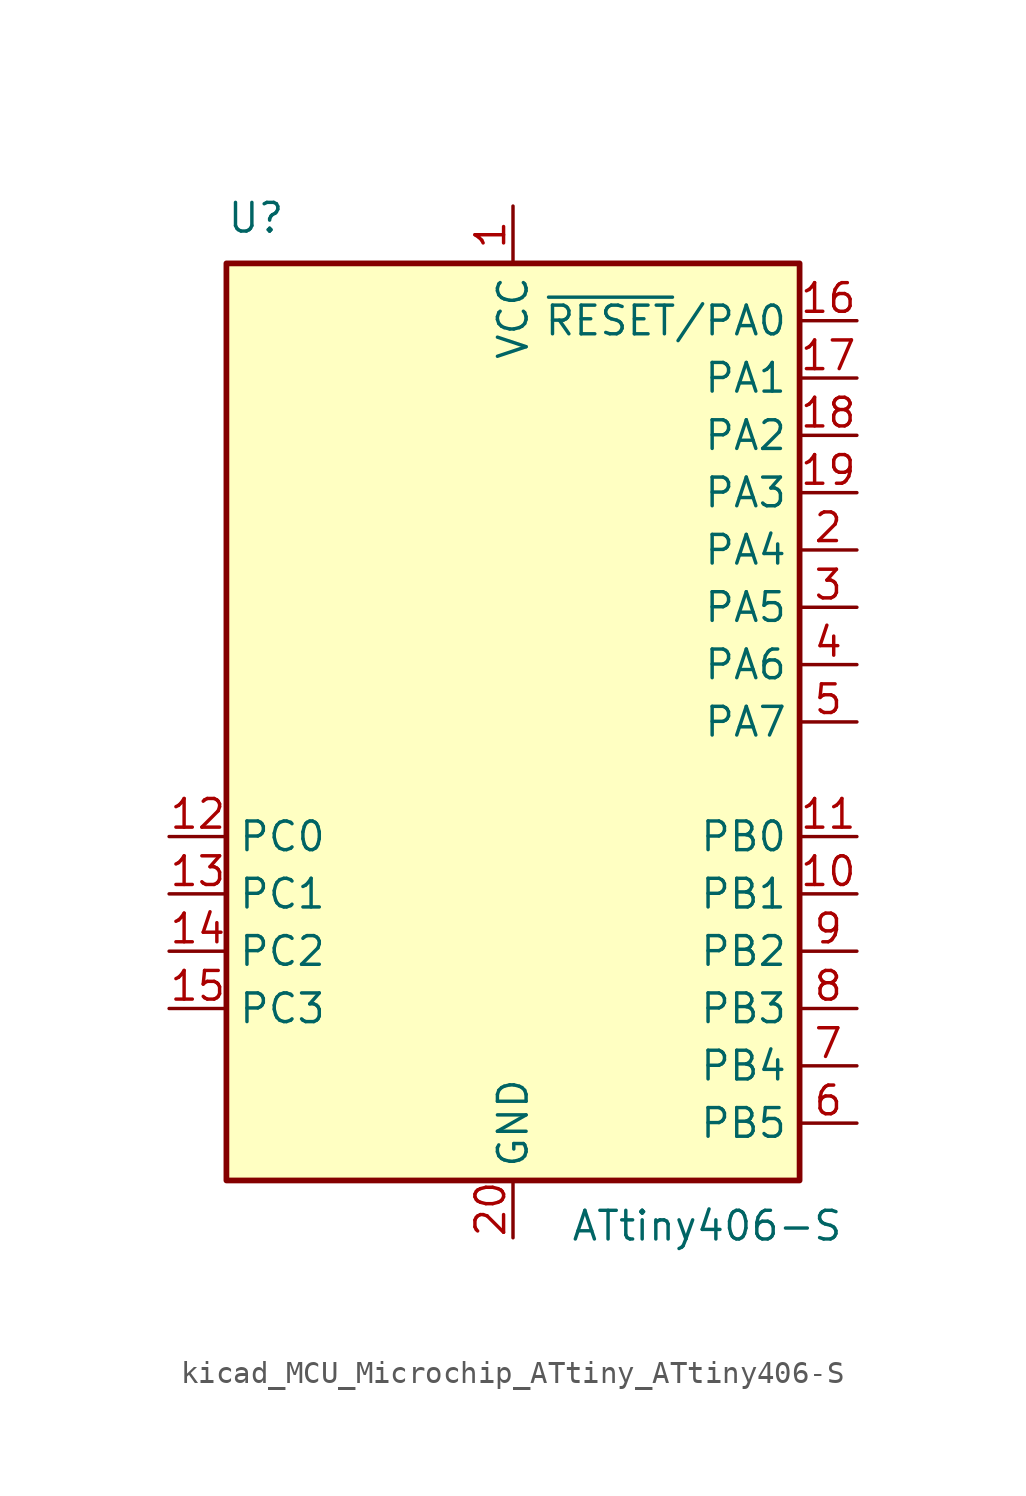
<source format=kicad_sym>
(kicad_symbol_lib
  (version 20220914)
  (generator kicad_symbol_editor)
  (symbol "kicad_MCU_Microchip_ATtiny_ATtiny406-S"
    (property "Reference" "U"
      (at -12.7 21.59 0)
      (effects (font (size 1.27 1.27)) (justify left bottom)))
    (property "Value" "ATtiny406-S"
      (at 2.54 -21.59 0)
      (effects (font (size 1.27 1.27)) (justify left top)))
    (symbol "kicad_MCU_Microchip_ATtiny_ATtiny406-S_0_1"
      (rectangle (start -12.7 -20.32) (end 12.7 20.32) (stroke (width 0.254) (type default)) (fill (type background))))
    (symbol "kicad_MCU_Microchip_ATtiny_ATtiny406-S_1_1"
      (pin power_in line (at 0 22.86 270) (length 2.54) (name "VCC" (effects (font (size 1.27 1.27)))) (number "1" (effects (font (size 1.27 1.27)))))
      (pin bidirectional line (at 15.24 -7.62 180) (length 2.54) (name "PB1" (effects (font (size 1.27 1.27)))) (number "10" (effects (font (size 1.27 1.27)))))
      (pin bidirectional line (at 15.24 -5.08 180) (length 2.54) (name "PB0" (effects (font (size 1.27 1.27)))) (number "11" (effects (font (size 1.27 1.27)))))
      (pin bidirectional line (at -15.24 -5.08 0) (length 2.54) (name "PC0" (effects (font (size 1.27 1.27)))) (number "12" (effects (font (size 1.27 1.27)))))
      (pin bidirectional line (at -15.24 -7.62 0) (length 2.54) (name "PC1" (effects (font (size 1.27 1.27)))) (number "13" (effects (font (size 1.27 1.27)))))
      (pin bidirectional line (at -15.24 -10.16 0) (length 2.54) (name "PC2" (effects (font (size 1.27 1.27)))) (number "14" (effects (font (size 1.27 1.27)))))
      (pin bidirectional line (at -15.24 -12.7 0) (length 2.54) (name "PC3" (effects (font (size 1.27 1.27)))) (number "15" (effects (font (size 1.27 1.27)))))
      (pin bidirectional line (at 15.24 17.78 180) (length 2.54) (name "~{RESET}/PA0" (effects (font (size 1.27 1.27)))) (number "16" (effects (font (size 1.27 1.27)))))
      (pin bidirectional line (at 15.24 15.24 180) (length 2.54) (name "PA1" (effects (font (size 1.27 1.27)))) (number "17" (effects (font (size 1.27 1.27)))))
      (pin bidirectional line (at 15.24 12.7 180) (length 2.54) (name "PA2" (effects (font (size 1.27 1.27)))) (number "18" (effects (font (size 1.27 1.27)))))
      (pin bidirectional line (at 15.24 10.16 180) (length 2.54) (name "PA3" (effects (font (size 1.27 1.27)))) (number "19" (effects (font (size 1.27 1.27)))))
      (pin bidirectional line (at 15.24 7.62 180) (length 2.54) (name "PA4" (effects (font (size 1.27 1.27)))) (number "2" (effects (font (size 1.27 1.27)))))
      (pin power_in line (at 0 -22.86 90) (length 2.54) (name "GND" (effects (font (size 1.27 1.27)))) (number "20" (effects (font (size 1.27 1.27)))))
      (pin bidirectional line (at 15.24 5.08 180) (length 2.54) (name "PA5" (effects (font (size 1.27 1.27)))) (number "3" (effects (font (size 1.27 1.27)))))
      (pin bidirectional line (at 15.24 2.54 180) (length 2.54) (name "PA6" (effects (font (size 1.27 1.27)))) (number "4" (effects (font (size 1.27 1.27)))))
      (pin bidirectional line (at 15.24 0 180) (length 2.54) (name "PA7" (effects (font (size 1.27 1.27)))) (number "5" (effects (font (size 1.27 1.27)))))
      (pin bidirectional line (at 15.24 -17.78 180) (length 2.54) (name "PB5" (effects (font (size 1.27 1.27)))) (number "6" (effects (font (size 1.27 1.27)))))
      (pin bidirectional line (at 15.24 -15.24 180) (length 2.54) (name "PB4" (effects (font (size 1.27 1.27)))) (number "7" (effects (font (size 1.27 1.27)))))
      (pin bidirectional line (at 15.24 -12.7 180) (length 2.54) (name "PB3" (effects (font (size 1.27 1.27)))) (number "8" (effects (font (size 1.27 1.27)))))
      (pin bidirectional line (at 15.24 -10.16 180) (length 2.54) (name "PB2" (effects (font (size 1.27 1.27)))) (number "9" (effects (font (size 1.27 1.27))))))))
</source>
